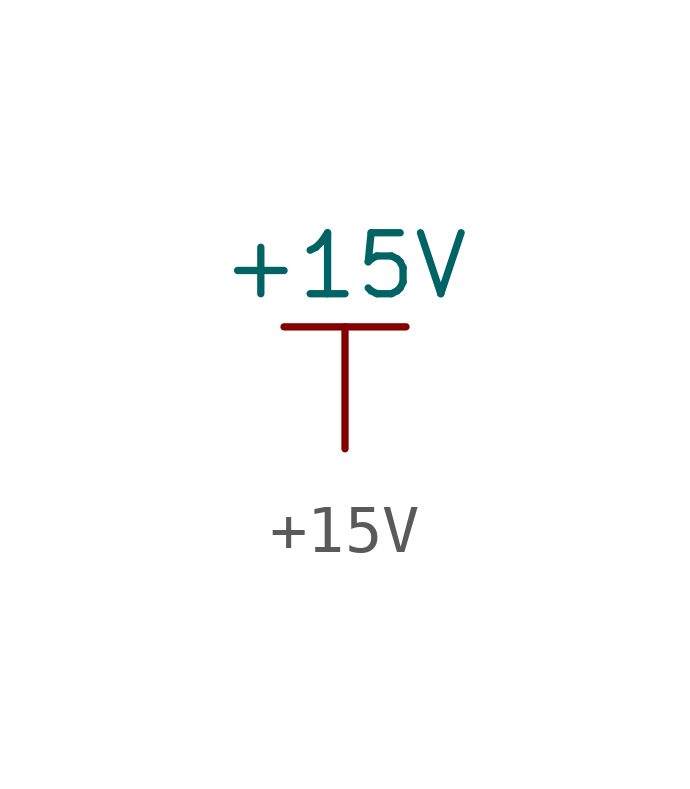
<source format=kicad_sym>
(kicad_symbol_lib
  (version 20211014)
  (generator kicad_symbol_editor)
  (symbol "+15V"
    (power)
    (pin_names
      (offset 0))
    (property "Reference" "#PWR"
      (at 0 -3.81 0)
      (effects (font (size 1.27 1.27)) hide))
    (property "Value" "+15V"
      (at 0 3.81 0)
      (effects (font (size 1.27 1.27))))
    (symbol "+15V_0_1"
      (polyline (pts (xy -1.27 2.54) (xy 1.27 2.54)) (stroke (width 0) (type default) (color 0 0 0 0)) (fill (type none)))
      (polyline (pts (xy 0 0) (xy 0 2.54)) (stroke (width 0) (type default) (color 0 0 0 0)) (fill (type none))))
    (symbol "+15V_1_1"
      (pin power_in line (at 0 0 90) (length 0) hide (name "+15V" (effects (font (size 1.27 1.27)))) (number "1" (effects (font (size 1.27 1.27))))))))
</source>
